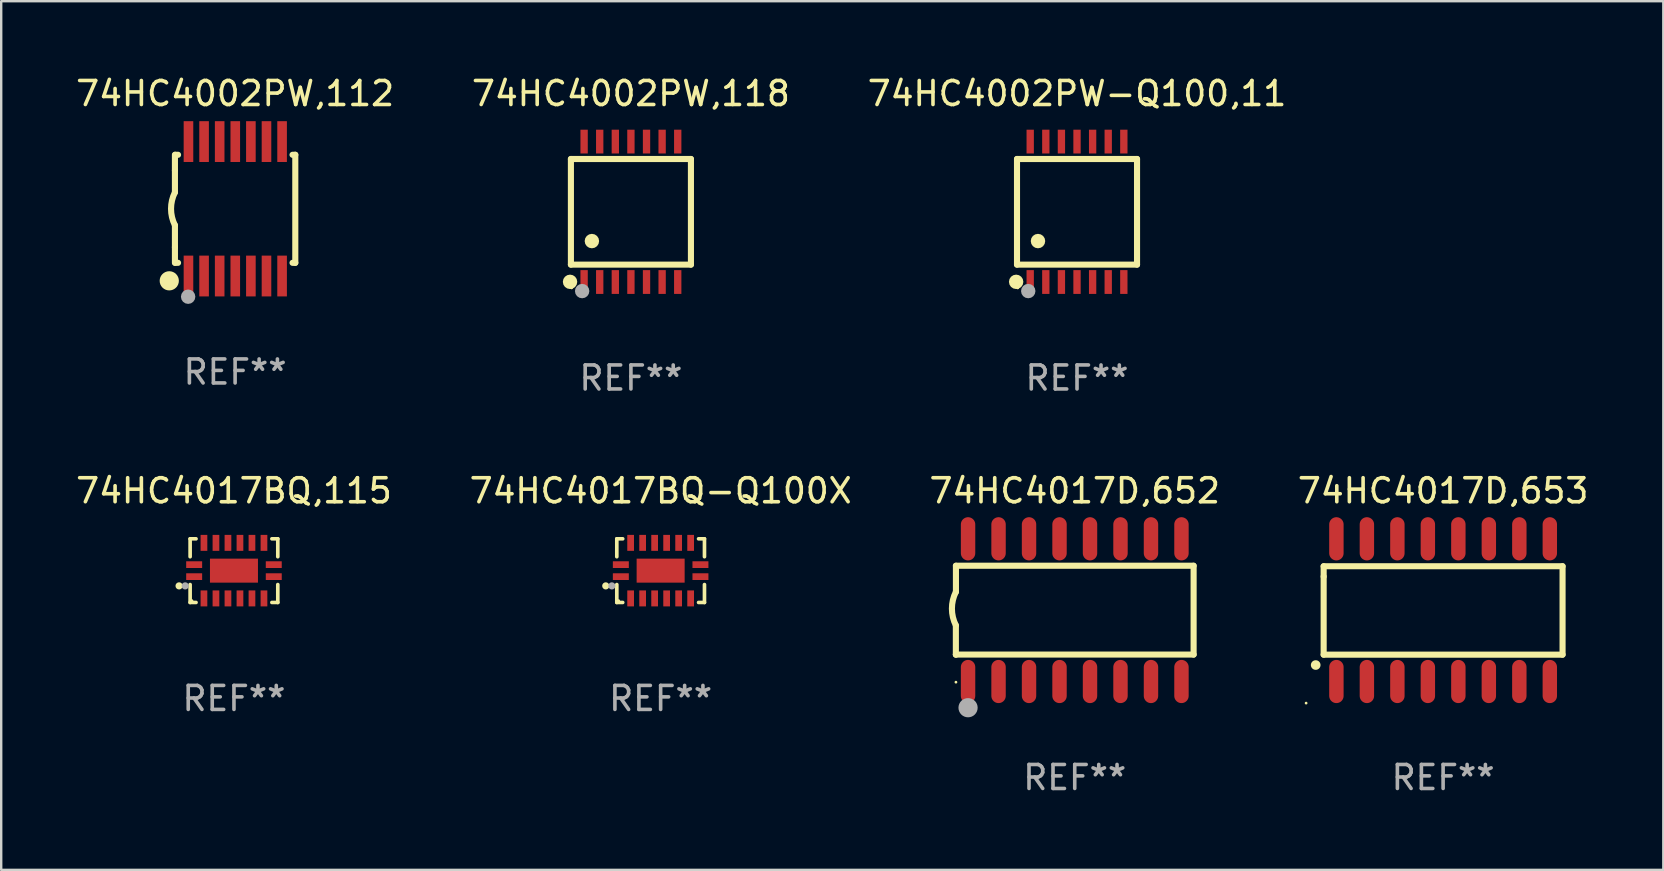
<source format=kicad_pcb>
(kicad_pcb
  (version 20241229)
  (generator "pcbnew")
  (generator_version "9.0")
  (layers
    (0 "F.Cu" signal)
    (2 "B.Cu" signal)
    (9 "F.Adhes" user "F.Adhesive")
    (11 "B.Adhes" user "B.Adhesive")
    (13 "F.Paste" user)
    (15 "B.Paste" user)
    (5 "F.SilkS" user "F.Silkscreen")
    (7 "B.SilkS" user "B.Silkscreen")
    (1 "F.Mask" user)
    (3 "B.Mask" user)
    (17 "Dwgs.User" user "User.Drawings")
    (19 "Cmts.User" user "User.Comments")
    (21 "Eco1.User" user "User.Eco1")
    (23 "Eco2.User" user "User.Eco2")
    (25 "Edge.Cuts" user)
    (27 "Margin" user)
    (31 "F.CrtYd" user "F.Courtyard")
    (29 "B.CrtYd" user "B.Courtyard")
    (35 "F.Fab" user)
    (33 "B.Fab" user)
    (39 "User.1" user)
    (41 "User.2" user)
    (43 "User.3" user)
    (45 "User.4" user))
  (footprint "74HC4002PW,118"
    (layer "F.Cu")
    (at 23.232 5.773)
    (property "Reference" "74HC4002PW,118" (at 0 -4.925 0) (layer "F.SilkS") (effects (font (size 1 1) (thickness 0.15))))
    (attr through_hole)
    (fp_line (start -2.5 2.2) (end -2.5 -2.2) (stroke (width 0.254) (type solid)) (layer "F.SilkS"))
    (fp_line (start -2.5 2.2) (end 2.5 2.2) (stroke (width 0.254) (type solid)) (layer "F.SilkS"))
    (fp_line (start 2.5 -2.2) (end -2.5 -2.2) (stroke (width 0.254) (type solid)) (layer "F.SilkS"))
    (fp_line (start 2.5 -2.2) (end 2.5 2.2) (stroke (width 0.254) (type solid)) (layer "F.SilkS"))
    (fp_circle (center -2.536 2.917) (end -2.386 2.917) (stroke (width 0.3) (type solid)) (fill no) (layer "F.SilkS"))
    (fp_circle (center -2.47 3.17) (end -2.44 3.17) (stroke (width 0.06) (type solid)) (fill no) (layer "F.SilkS"))
    (fp_circle (center -1.626 1.219) (end -1.475 1.219) (stroke (width 0.3) (type solid)) (fill no) (layer "F.SilkS"))
    (fp_circle (center -2.032 3.302) (end -1.882 3.302) (stroke (width 0.3) (type solid)) (fill no) (layer "F.Fab"))
    (fp_text user "REF**" (at 0 6.925 0) (layer "F.Fab") (effects (font (size 1 1) (thickness 0.15))))
    (pad "1" smd rect (at -1.95 2.925) (size 0.305 0.991) (layers "F.Cu" "F.Mask" "F.Paste"))
    (pad "2" smd rect (at -1.3 2.925) (size 0.305 0.991) (layers "F.Cu" "F.Mask" "F.Paste"))
    (pad "3" smd rect (at -0.65 2.925) (size 0.305 0.991) (layers "F.Cu" "F.Mask" "F.Paste"))
    (pad "4" smd rect (at 0 2.925) (size 0.305 0.991) (layers "F.Cu" "F.Mask" "F.Paste"))
    (pad "5" smd rect (at 0.65 2.925) (size 0.305 0.991) (layers "F.Cu" "F.Mask" "F.Paste"))
    (pad "6" smd rect (at 1.3 2.925) (size 0.305 0.991) (layers "F.Cu" "F.Mask" "F.Paste"))
    (pad "7" smd rect (at 1.95 2.925) (size 0.305 0.991) (layers "F.Cu" "F.Mask" "F.Paste"))
    (pad "8" smd rect (at 1.95 -2.925) (size 0.305 0.991) (layers "F.Cu" "F.Mask" "F.Paste"))
    (pad "9" smd rect (at 1.3 -2.925) (size 0.305 0.991) (layers "F.Cu" "F.Mask" "F.Paste"))
    (pad "10" smd rect (at 0.65 -2.925) (size 0.305 0.991) (layers "F.Cu" "F.Mask" "F.Paste"))
    (pad "11" smd rect (at 0 -2.925) (size 0.305 0.991) (layers "F.Cu" "F.Mask" "F.Paste"))
    (pad "12" smd rect (at -0.65 -2.925) (size 0.305 0.991) (layers "F.Cu" "F.Mask" "F.Paste"))
    (pad "13" smd rect (at -1.3 -2.925) (size 0.305 0.991) (layers "F.Cu" "F.Mask" "F.Paste"))
    (pad "14" smd rect (at -1.95 -2.925) (size 0.305 0.991) (layers "F.Cu" "F.Mask" "F.Paste")))
  (footprint "74HC4017D,653"
    (layer "F.Cu")
    (at 57.065 22.367)
    (property "Reference" "74HC4017D,653" (at 0 -4.972 0) (layer "F.SilkS") (effects (font (size 1 1) (thickness 0.15))))
    (attr through_hole)
    (fp_line (start -4.976 -1.829) (end -4.976 -1.4) (stroke (width 0.254) (type solid)) (layer "F.SilkS"))
    (fp_line (start -4.976 -1.4) (end -4.976 1.854) (stroke (width 0.254) (type solid)) (layer "F.SilkS"))
    (fp_line (start -4.976 1.854) (end 4.976 1.854) (stroke (width 0.254) (type solid)) (layer "F.SilkS"))
    (fp_line (start 4.976 -1.829) (end -4.976 -1.829) (stroke (width 0.254) (type solid)) (layer "F.SilkS"))
    (fp_line (start 4.976 1.854) (end 4.976 -1.829) (stroke (width 0.254) (type solid)) (layer "F.SilkS"))
    (fp_arc (start -5.308611 2.286005) (mid -5.307341 2.286001) (end -5.306071 2.286005) (stroke (width 0.4) (type solid)) (layer "F.SilkS"))
    (fp_circle (center -5.707 3.872) (end -5.677 3.872) (stroke (width 0.06) (type solid)) (fill no) (layer "F.SilkS"))
    (fp_text user "REF**" (at 0 6.972 0) (layer "F.Fab") (effects (font (size 1 1) (thickness 0.15))))
    (pad "1" smd oval (at -4.445 2.972 180) (size 0.6 1.8) (layers "F.Cu" "F.Mask" "F.Paste"))
    (pad "2" smd oval (at -3.175 2.972 180) (size 0.6 1.8) (layers "F.Cu" "F.Mask" "F.Paste"))
    (pad "3" smd oval (at -1.905 2.972 180) (size 0.6 1.8) (layers "F.Cu" "F.Mask" "F.Paste"))
    (pad "4" smd oval (at -0.635 2.972 180) (size 0.6 1.8) (layers "F.Cu" "F.Mask" "F.Paste"))
    (pad "5" smd oval (at 0.635 2.972 180) (size 0.6 1.8) (layers "F.Cu" "F.Mask" "F.Paste"))
    (pad "6" smd oval (at 1.905 2.972 180) (size 0.6 1.8) (layers "F.Cu" "F.Mask" "F.Paste"))
    (pad "7" smd oval (at 3.175 2.972 180) (size 0.6 1.8) (layers "F.Cu" "F.Mask" "F.Paste"))
    (pad "8" smd oval (at 4.445 2.972 180) (size 0.6 1.8) (layers "F.Cu" "F.Mask" "F.Paste"))
    (pad "9" smd oval (at 4.445 -2.972 180) (size 0.6 1.8) (layers "F.Cu" "F.Mask" "F.Paste"))
    (pad "10" smd oval (at 3.175 -2.972 180) (size 0.6 1.8) (layers "F.Cu" "F.Mask" "F.Paste"))
    (pad "11" smd oval (at 1.905 -2.972 180) (size 0.6 1.8) (layers "F.Cu" "F.Mask" "F.Paste"))
    (pad "12" smd oval (at 0.635 -2.972 180) (size 0.6 1.8) (layers "F.Cu" "F.Mask" "F.Paste"))
    (pad "13" smd oval (at -0.635 -2.972 180) (size 0.6 1.8) (layers "F.Cu" "F.Mask" "F.Paste"))
    (pad "14" smd oval (at -1.905 -2.972 180) (size 0.6 1.8) (layers "F.Cu" "F.Mask" "F.Paste"))
    (pad "15" smd oval (at -3.175 -2.972 180) (size 0.6 1.8) (layers "F.Cu" "F.Mask" "F.Paste"))
    (pad "16" smd oval (at -4.445 -2.972 180) (size 0.6 1.8) (layers "F.Cu" "F.Mask" "F.Paste")))
  (footprint "74HC4017BQ-Q100X"
    (layer "F.Cu")
    (at 24.47 20.721)
    (property "Reference" "74HC4017BQ-Q100X" (at 0 -3.326 0) (layer "F.SilkS") (effects (font (size 1 1) (thickness 0.15))))
    (attr through_hole)
    (fp_line (start -1.826 -1.326) (end -1.58 -1.326) (stroke (width 0.152) (type solid)) (layer "F.SilkS"))
    (fp_line (start -1.826 -0.58) (end -1.826 -1.326) (stroke (width 0.152) (type solid)) (layer "F.SilkS"))
    (fp_line (start -1.826 0.58) (end -1.826 1.326) (stroke (width 0.152) (type solid)) (layer "F.SilkS"))
    (fp_line (start -1.826 1.326) (end -1.58 1.326) (stroke (width 0.152) (type solid)) (layer "F.SilkS"))
    (fp_line (start 1.826 -1.326) (end 1.58 -1.326) (stroke (width 0.152) (type solid)) (layer "F.SilkS"))
    (fp_line (start 1.826 -0.58) (end 1.826 -1.326) (stroke (width 0.152) (type solid)) (layer "F.SilkS"))
    (fp_line (start 1.826 0.58) (end 1.826 1.326) (stroke (width 0.152) (type solid)) (layer "F.SilkS"))
    (fp_line (start 1.826 1.326) (end 1.58 1.326) (stroke (width 0.152) (type solid)) (layer "F.SilkS"))
    (fp_circle (center -2.286 0.635) (end -2.211 0.635) (stroke (width 0.15) (type solid)) (fill no) (layer "F.SilkS"))
    (fp_circle (center -1.75 1.25) (end -1.72 1.25) (stroke (width 0.06) (type solid)) (fill no) (layer "F.SilkS"))
    (fp_circle (center -2.032 0.635) (end -1.957 0.635) (stroke (width 0.15) (type solid)) (fill no) (layer "F.Fab"))
    (fp_text user "REF**" (at 0 5.326 0) (layer "F.Fab") (effects (font (size 1 1) (thickness 0.15))))
    (pad "1" smd rect (at -1.658 0.25) (size 0.665 0.28) (layers "F.Cu" "F.Mask" "F.Paste"))
    (pad "2" smd rect (at -1.25 1.157) (size 0.28 0.665) (layers "F.Cu" "F.Mask" "F.Paste"))
    (pad "3" smd rect (at -0.75 1.157) (size 0.28 0.665) (layers "F.Cu" "F.Mask" "F.Paste"))
    (pad "4" smd rect (at -0.25 1.157) (size 0.28 0.665) (layers "F.Cu" "F.Mask" "F.Paste"))
    (pad "5" smd rect (at 0.25 1.157) (size 0.28 0.665) (layers "F.Cu" "F.Mask" "F.Paste"))
    (pad "6" smd rect (at 0.75 1.157) (size 0.28 0.665) (layers "F.Cu" "F.Mask" "F.Paste"))
    (pad "7" smd rect (at 1.25 1.157) (size 0.28 0.665) (layers "F.Cu" "F.Mask" "F.Paste"))
    (pad "8" smd rect (at 1.658 0.25) (size 0.665 0.28) (layers "F.Cu" "F.Mask" "F.Paste"))
    (pad "9" smd rect (at 1.658 -0.25) (size 0.665 0.28) (layers "F.Cu" "F.Mask" "F.Paste"))
    (pad "10" smd rect (at 1.25 -1.157) (size 0.28 0.665) (layers "F.Cu" "F.Mask" "F.Paste"))
    (pad "11" smd rect (at 0.75 -1.157) (size 0.28 0.665) (layers "F.Cu" "F.Mask" "F.Paste"))
    (pad "12" smd rect (at 0.25 -1.157) (size 0.28 0.665) (layers "F.Cu" "F.Mask" "F.Paste"))
    (pad "13" smd rect (at -0.25 -1.157) (size 0.28 0.665) (layers "F.Cu" "F.Mask" "F.Paste"))
    (pad "14" smd rect (at -0.75 -1.157) (size 0.28 0.665) (layers "F.Cu" "F.Mask" "F.Paste"))
    (pad "15" smd rect (at -1.25 -1.157) (size 0.28 0.665) (layers "F.Cu" "F.Mask" "F.Paste"))
    (pad "16" smd rect (at -1.658 -0.25) (size 0.665 0.28) (layers "F.Cu" "F.Mask" "F.Paste"))
    (pad "17" smd rect (at 0 0) (size 2 1) (layers "F.Cu" "F.Mask" "F.Paste")))
  (footprint "74HC4002PW,112"
    (layer "F.Cu")
    (at 6.744 5.648)
    (property "Reference" "74HC4002PW,112" (at 0 -4.8 0) (layer "F.SilkS") (effects (font (size 1 1) (thickness 0.15))))
    (attr through_hole)
    (fp_line (start -2.507 -1.6) (end -2.507 -2.25) (stroke (width 0.254) (type solid)) (layer "F.SilkS"))
    (fp_line (start -2.507 -0.686) (end -2.507 -1.6) (stroke (width 0.254) (type solid)) (layer "F.SilkS"))
    (fp_line (start -2.507 1.6) (end -2.507 0.686) (stroke (width 0.254) (type solid)) (layer "F.SilkS"))
    (fp_line (start -2.507 1.6) (end -2.507 2.25) (stroke (width 0.254) (type solid)) (layer "F.SilkS"))
    (fp_line (start -2.493 -2.25) (end -2.377 -2.25) (stroke (width 0.254) (type solid)) (layer "F.SilkS"))
    (fp_line (start -2.377 2.25) (end -2.493 2.25) (stroke (width 0.254) (type solid)) (layer "F.SilkS"))
    (fp_line (start 2.392 -2.25) (end 2.507 -2.25) (stroke (width 0.254) (type solid)) (layer "F.SilkS"))
    (fp_line (start 2.507 -2.25) (end 2.507 2.25) (stroke (width 0.254) (type solid)) (layer "F.SilkS"))
    (fp_line (start 2.507 2.25) (end 2.392 2.25) (stroke (width 0.254) (type solid)) (layer "F.SilkS"))
    (fp_arc (start -2.507303 0.685802) (mid -2.669199 0) (end -2.507303 -0.685801) (stroke (width 0.254001) (type solid)) (layer "F.SilkS"))
    (fp_circle (center -2.743 3) (end -2.543 3) (stroke (width 0.4) (type solid)) (fill no) (layer "F.SilkS"))
    (fp_circle (center -2.493 3.2) (end -2.463 3.2) (stroke (width 0.06) (type solid)) (fill no) (layer "F.SilkS"))
    (fp_circle (center -1.957 3.662) (end -1.807 3.662) (stroke (width 0.3) (type solid)) (fill no) (layer "F.Fab"))
    (fp_text user "REF**" (at 0 6.8 0) (layer "F.Fab") (effects (font (size 1 1) (thickness 0.15))))
    (pad "1" smd rect (at -1.943 2.8) (size 0.4 1.7) (layers "F.Cu" "F.Mask" "F.Paste"))
    (pad "2" smd rect (at -1.293 2.8) (size 0.4 1.7) (layers "F.Cu" "F.Mask" "F.Paste"))
    (pad "3" smd rect (at -0.643 2.8) (size 0.4 1.7) (layers "F.Cu" "F.Mask" "F.Paste"))
    (pad "4" smd rect (at 0.007 2.8) (size 0.4 1.7) (layers "F.Cu" "F.Mask" "F.Paste"))
    (pad "5" smd rect (at 0.657 2.8) (size 0.4 1.7) (layers "F.Cu" "F.Mask" "F.Paste"))
    (pad "6" smd rect (at 1.307 2.8) (size 0.4 1.7) (layers "F.Cu" "F.Mask" "F.Paste"))
    (pad "7" smd rect (at 1.957 2.8) (size 0.4 1.7) (layers "F.Cu" "F.Mask" "F.Paste"))
    (pad "8" smd rect (at 1.957 -2.8) (size 0.4 1.7) (layers "F.Cu" "F.Mask" "F.Paste"))
    (pad "9" smd rect (at 1.307 -2.8) (size 0.4 1.7) (layers "F.Cu" "F.Mask" "F.Paste"))
    (pad "10" smd rect (at 0.657 -2.8) (size 0.4 1.7) (layers "F.Cu" "F.Mask" "F.Paste"))
    (pad "11" smd rect (at 0.007 -2.8) (size 0.4 1.7) (layers "F.Cu" "F.Mask" "F.Paste"))
    (pad "12" smd rect (at -0.643 -2.8) (size 0.4 1.7) (layers "F.Cu" "F.Mask" "F.Paste"))
    (pad "13" smd rect (at -1.293 -2.8) (size 0.4 1.7) (layers "F.Cu" "F.Mask" "F.Paste"))
    (pad "14" smd rect (at -1.943 -2.8) (size 0.4 1.7) (layers "F.Cu" "F.Mask" "F.Paste")))
  (footprint "74HC4017D,652"
    (layer "F.Cu")
    (at 41.72 22.367)
    (property "Reference" "74HC4017D,652" (at 0 -4.972 0) (layer "F.SilkS") (effects (font (size 1 1) (thickness 0.15))))
    (attr through_hole)
    (fp_line (start -4.952 0.635) (end -4.952 1.85) (stroke (width 0.254) (type solid)) (layer "F.SilkS"))
    (fp_line (start -4.952 1.85) (end -4.949 1.85) (stroke (width 0.254) (type solid)) (layer "F.SilkS"))
    (fp_line (start -4.949 -1.85) (end -4.949 -0.762) (stroke (width 0.254) (type solid)) (layer "F.SilkS"))
    (fp_line (start -4.949 1.85) (end 4.952 1.85) (stroke (width 0.254) (type solid)) (layer "F.SilkS"))
    (fp_line (start 4.952 -1.85) (end -4.949 -1.85) (stroke (width 0.254) (type solid)) (layer "F.SilkS"))
    (fp_line (start 4.952 1.85) (end 4.952 -1.85) (stroke (width 0.254) (type solid)) (layer "F.SilkS"))
    (fp_arc (start -4.951524 0.635001) (mid -5.116418 -0.0635) (end -4.951524 -0.762002) (stroke (width 0.254001) (type solid)) (layer "F.SilkS"))
    (fp_circle (center -4.949 3) (end -4.919 3) (stroke (width 0.06) (type solid)) (fill no) (layer "F.SilkS"))
    (fp_circle (center -4.444 4.064) (end -4.244 4.064) (stroke (width 0.4) (type solid)) (fill no) (layer "F.Fab"))
    (fp_text user "REF**" (at 0 6.972 0) (layer "F.Fab") (effects (font (size 1 1) (thickness 0.15))))
    (pad "1" smd oval (at -4.444 2.972 180) (size 0.6 1.8) (layers "F.Cu" "F.Mask" "F.Paste"))
    (pad "2" smd oval (at -3.174 2.972 180) (size 0.6 1.8) (layers "F.Cu" "F.Mask" "F.Paste"))
    (pad "3" smd oval (at -1.904 2.972 180) (size 0.6 1.8) (layers "F.Cu" "F.Mask" "F.Paste"))
    (pad "4" smd oval (at -0.634 2.972 180) (size 0.6 1.8) (layers "F.Cu" "F.Mask" "F.Paste"))
    (pad "5" smd oval (at 0.636 2.972 180) (size 0.6 1.8) (layers "F.Cu" "F.Mask" "F.Paste"))
    (pad "6" smd oval (at 1.906 2.972 180) (size 0.6 1.8) (layers "F.Cu" "F.Mask" "F.Paste"))
    (pad "7" smd oval (at 3.176 2.972 180) (size 0.6 1.8) (layers "F.Cu" "F.Mask" "F.Paste"))
    (pad "8" smd oval (at 4.446 2.972 180) (size 0.6 1.8) (layers "F.Cu" "F.Mask" "F.Paste"))
    (pad "9" smd oval (at 4.446 -2.972 180) (size 0.6 1.8) (layers "F.Cu" "F.Mask" "F.Paste"))
    (pad "10" smd oval (at 3.176 -2.972 180) (size 0.6 1.8) (layers "F.Cu" "F.Mask" "F.Paste"))
    (pad "11" smd oval (at 1.906 -2.972 180) (size 0.6 1.8) (layers "F.Cu" "F.Mask" "F.Paste"))
    (pad "12" smd oval (at 0.636 -2.972 180) (size 0.6 1.8) (layers "F.Cu" "F.Mask" "F.Paste"))
    (pad "13" smd oval (at -0.634 -2.972 180) (size 0.6 1.8) (layers "F.Cu" "F.Mask" "F.Paste"))
    (pad "14" smd oval (at -1.904 -2.972 180) (size 0.6 1.8) (layers "F.Cu" "F.Mask" "F.Paste"))
    (pad "15" smd oval (at -3.174 -2.972 180) (size 0.6 1.8) (layers "F.Cu" "F.Mask" "F.Paste"))
    (pad "16" smd oval (at -4.444 -2.972 180) (size 0.6 1.8) (layers "F.Cu" "F.Mask" "F.Paste")))
  (footprint "74HC4002PW-Q100,11"
    (layer "F.Cu")
    (at 41.815 5.773)
    (property "Reference" "74HC4002PW-Q100,11" (at 0 -4.925 0) (layer "F.SilkS") (effects (font (size 1 1) (thickness 0.15))))
    (attr through_hole)
    (fp_line (start -2.5 2.2) (end -2.5 -2.2) (stroke (width 0.254) (type solid)) (layer "F.SilkS"))
    (fp_line (start -2.5 2.2) (end 2.5 2.2) (stroke (width 0.254) (type solid)) (layer "F.SilkS"))
    (fp_line (start 2.5 -2.2) (end -2.5 -2.2) (stroke (width 0.254) (type solid)) (layer "F.SilkS"))
    (fp_line (start 2.5 -2.2) (end 2.5 2.2) (stroke (width 0.254) (type solid)) (layer "F.SilkS"))
    (fp_circle (center -2.536 2.917) (end -2.386 2.917) (stroke (width 0.3) (type solid)) (fill no) (layer "F.SilkS"))
    (fp_circle (center -2.47 3.17) (end -2.44 3.17) (stroke (width 0.06) (type solid)) (fill no) (layer "F.SilkS"))
    (fp_circle (center -1.626 1.219) (end -1.475 1.219) (stroke (width 0.3) (type solid)) (fill no) (layer "F.SilkS"))
    (fp_circle (center -2.032 3.302) (end -1.882 3.302) (stroke (width 0.3) (type solid)) (fill no) (layer "F.Fab"))
    (fp_text user "REF**" (at 0 6.925 0) (layer "F.Fab") (effects (font (size 1 1) (thickness 0.15))))
    (pad "1" smd rect (at -1.95 2.925) (size 0.305 0.991) (layers "F.Cu" "F.Mask" "F.Paste"))
    (pad "2" smd rect (at -1.3 2.925) (size 0.305 0.991) (layers "F.Cu" "F.Mask" "F.Paste"))
    (pad "3" smd rect (at -0.65 2.925) (size 0.305 0.991) (layers "F.Cu" "F.Mask" "F.Paste"))
    (pad "4" smd rect (at 0 2.925) (size 0.305 0.991) (layers "F.Cu" "F.Mask" "F.Paste"))
    (pad "5" smd rect (at 0.65 2.925) (size 0.305 0.991) (layers "F.Cu" "F.Mask" "F.Paste"))
    (pad "6" smd rect (at 1.3 2.925) (size 0.305 0.991) (layers "F.Cu" "F.Mask" "F.Paste"))
    (pad "7" smd rect (at 1.95 2.925) (size 0.305 0.991) (layers "F.Cu" "F.Mask" "F.Paste"))
    (pad "8" smd rect (at 1.95 -2.925) (size 0.305 0.991) (layers "F.Cu" "F.Mask" "F.Paste"))
    (pad "9" smd rect (at 1.3 -2.925) (size 0.305 0.991) (layers "F.Cu" "F.Mask" "F.Paste"))
    (pad "10" smd rect (at 0.65 -2.925) (size 0.305 0.991) (layers "F.Cu" "F.Mask" "F.Paste"))
    (pad "11" smd rect (at 0 -2.925) (size 0.305 0.991) (layers "F.Cu" "F.Mask" "F.Paste"))
    (pad "12" smd rect (at -0.65 -2.925) (size 0.305 0.991) (layers "F.Cu" "F.Mask" "F.Paste"))
    (pad "13" smd rect (at -1.3 -2.925) (size 0.305 0.991) (layers "F.Cu" "F.Mask" "F.Paste"))
    (pad "14" smd rect (at -1.95 -2.925) (size 0.305 0.991) (layers "F.Cu" "F.Mask" "F.Paste")))
  (footprint "74HC4017BQ,115"
    (layer "F.Cu")
    (at 6.696 20.721)
    (property "Reference" "74HC4017BQ,115" (at 0 -3.326 0) (layer "F.SilkS") (effects (font (size 1 1) (thickness 0.15))))
    (attr through_hole)
    (fp_line (start -1.826 -1.326) (end -1.58 -1.326) (stroke (width 0.152) (type solid)) (layer "F.SilkS"))
    (fp_line (start -1.826 -0.58) (end -1.826 -1.326) (stroke (width 0.152) (type solid)) (layer "F.SilkS"))
    (fp_line (start -1.826 0.58) (end -1.826 1.326) (stroke (width 0.152) (type solid)) (layer "F.SilkS"))
    (fp_line (start -1.826 1.326) (end -1.58 1.326) (stroke (width 0.152) (type solid)) (layer "F.SilkS"))
    (fp_line (start 1.826 -1.326) (end 1.58 -1.326) (stroke (width 0.152) (type solid)) (layer "F.SilkS"))
    (fp_line (start 1.826 -0.58) (end 1.826 -1.326) (stroke (width 0.152) (type solid)) (layer "F.SilkS"))
    (fp_line (start 1.826 0.58) (end 1.826 1.326) (stroke (width 0.152) (type solid)) (layer "F.SilkS"))
    (fp_line (start 1.826 1.326) (end 1.58 1.326) (stroke (width 0.152) (type solid)) (layer "F.SilkS"))
    (fp_circle (center -2.286 0.635) (end -2.211 0.635) (stroke (width 0.15) (type solid)) (fill no) (layer "F.SilkS"))
    (fp_circle (center -1.75 1.25) (end -1.72 1.25) (stroke (width 0.06) (type solid)) (fill no) (layer "F.SilkS"))
    (fp_circle (center -2.032 0.635) (end -1.957 0.635) (stroke (width 0.15) (type solid)) (fill no) (layer "F.Fab"))
    (fp_text user "REF**" (at 0 5.326 0) (layer "F.Fab") (effects (font (size 1 1) (thickness 0.15))))
    (pad "1" smd rect (at -1.658 0.25) (size 0.665 0.28) (layers "F.Cu" "F.Mask" "F.Paste"))
    (pad "2" smd rect (at -1.25 1.157) (size 0.28 0.665) (layers "F.Cu" "F.Mask" "F.Paste"))
    (pad "3" smd rect (at -0.75 1.157) (size 0.28 0.665) (layers "F.Cu" "F.Mask" "F.Paste"))
    (pad "4" smd rect (at -0.25 1.157) (size 0.28 0.665) (layers "F.Cu" "F.Mask" "F.Paste"))
    (pad "5" smd rect (at 0.25 1.157) (size 0.28 0.665) (layers "F.Cu" "F.Mask" "F.Paste"))
    (pad "6" smd rect (at 0.75 1.157) (size 0.28 0.665) (layers "F.Cu" "F.Mask" "F.Paste"))
    (pad "7" smd rect (at 1.25 1.157) (size 0.28 0.665) (layers "F.Cu" "F.Mask" "F.Paste"))
    (pad "8" smd rect (at 1.658 0.25) (size 0.665 0.28) (layers "F.Cu" "F.Mask" "F.Paste"))
    (pad "9" smd rect (at 1.658 -0.25) (size 0.665 0.28) (layers "F.Cu" "F.Mask" "F.Paste"))
    (pad "10" smd rect (at 1.25 -1.157) (size 0.28 0.665) (layers "F.Cu" "F.Mask" "F.Paste"))
    (pad "11" smd rect (at 0.75 -1.157) (size 0.28 0.665) (layers "F.Cu" "F.Mask" "F.Paste"))
    (pad "12" smd rect (at 0.25 -1.157) (size 0.28 0.665) (layers "F.Cu" "F.Mask" "F.Paste"))
    (pad "13" smd rect (at -0.25 -1.157) (size 0.28 0.665) (layers "F.Cu" "F.Mask" "F.Paste"))
    (pad "14" smd rect (at -0.75 -1.157) (size 0.28 0.665) (layers "F.Cu" "F.Mask" "F.Paste"))
    (pad "15" smd rect (at -1.25 -1.157) (size 0.28 0.665) (layers "F.Cu" "F.Mask" "F.Paste"))
    (pad "16" smd rect (at -1.658 -0.25) (size 0.665 0.28) (layers "F.Cu" "F.Mask" "F.Paste"))
    (pad "17" smd rect (at 0 0) (size 2 1) (layers "F.Cu" "F.Mask" "F.Paste")))
  (gr_rect
    (start -3 -3)
    (end 66.238 33.187)
    (stroke (width 0.1) (type default))
    (fill no)
    (layer "Edge.Cuts")))
</source>
